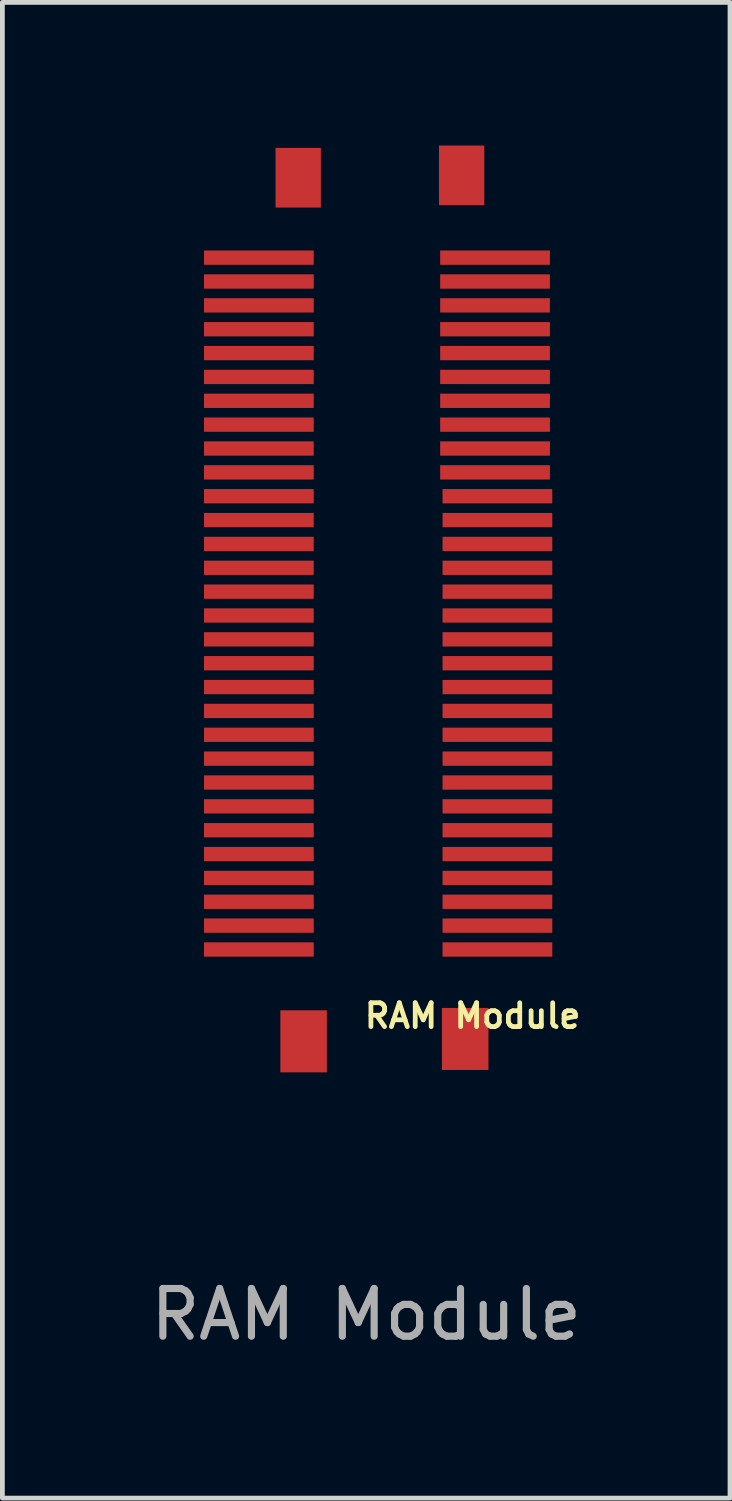
<source format=kicad_pcb>
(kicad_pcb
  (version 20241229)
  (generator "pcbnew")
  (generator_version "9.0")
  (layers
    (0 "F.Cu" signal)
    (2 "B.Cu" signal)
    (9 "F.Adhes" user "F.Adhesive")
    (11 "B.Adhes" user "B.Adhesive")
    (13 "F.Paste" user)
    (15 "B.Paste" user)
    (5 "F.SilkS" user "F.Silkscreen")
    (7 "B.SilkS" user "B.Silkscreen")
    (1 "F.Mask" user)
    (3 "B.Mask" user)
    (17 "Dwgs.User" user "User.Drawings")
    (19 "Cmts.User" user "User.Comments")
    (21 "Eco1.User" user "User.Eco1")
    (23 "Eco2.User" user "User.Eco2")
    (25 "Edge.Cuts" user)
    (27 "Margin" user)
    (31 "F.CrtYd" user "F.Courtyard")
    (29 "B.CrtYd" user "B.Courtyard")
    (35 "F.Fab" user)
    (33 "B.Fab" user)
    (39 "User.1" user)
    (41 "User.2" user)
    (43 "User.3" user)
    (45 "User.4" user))
  (footprint "RAM Module"
    (layer "F.Cu")
    (at 4.825 9.75)
    (property "Reference" "RAM Module" (at 2.03 8.49 0) (unlocked yes) (layer "F.SilkS") (effects (font (size 0.5 0.5) (thickness 0.1))))
    (attr smd)
    (fp_text user "${REFERENCE}" (at -0.2 14.75 0) (unlocked yes) (layer "F.Fab") (effects (font (size 1 1) (thickness 0.15))))
    (pad "1" smd rect (at 2.5 -7.4) (size 2.3 0.3) (layers "F.Cu" "F.Mask" "F.Paste"))
    (pad "2" smd rect (at 2.5 -6.9) (size 2.3 0.3) (layers "F.Cu" "F.Mask" "F.Paste"))
    (pad "3" smd rect (at 2.5 -6.4) (size 2.3 0.3) (layers "F.Cu" "F.Mask" "F.Paste"))
    (pad "4" smd rect (at 2.5 -5.9) (size 2.3 0.3) (layers "F.Cu" "F.Mask" "F.Paste"))
    (pad "5" smd rect (at 2.5 -5.4) (size 2.3 0.3) (layers "F.Cu" "F.Mask" "F.Paste"))
    (pad "6" smd rect (at 2.5 -4.9) (size 2.3 0.3) (layers "F.Cu" "F.Mask" "F.Paste"))
    (pad "7" smd rect (at 2.5 -4.4) (size 2.3 0.3) (layers "F.Cu" "F.Mask" "F.Paste"))
    (pad "8" smd rect (at 2.5 -3.9) (size 2.3 0.3) (layers "F.Cu" "F.Mask" "F.Paste"))
    (pad "9" smd rect (at 2.5 -3.4) (size 2.3 0.3) (layers "F.Cu" "F.Mask" "F.Paste"))
    (pad "10" smd rect (at 2.5 -2.9) (size 2.3 0.3) (layers "F.Cu" "F.Mask" "F.Paste"))
    (pad "11" smd rect (at 2.55 -2.4) (size 2.3 0.3) (layers "F.Cu" "F.Mask" "F.Paste"))
    (pad "12" smd rect (at 2.55 -1.9) (size 2.3 0.3) (layers "F.Cu" "F.Mask" "F.Paste"))
    (pad "13" smd rect (at 2.55 -1.4) (size 2.3 0.3) (layers "F.Cu" "F.Mask" "F.Paste"))
    (pad "14" smd rect (at 2.55 -0.9) (size 2.3 0.3) (layers "F.Cu" "F.Mask" "F.Paste"))
    (pad "15" smd rect (at 2.55 -0.4) (size 2.3 0.3) (layers "F.Cu" "F.Mask" "F.Paste"))
    (pad "16" smd rect (at 2.55 0.1) (size 2.3 0.3) (layers "F.Cu" "F.Mask" "F.Paste"))
    (pad "17" smd rect (at 2.55 0.6) (size 2.3 0.3) (layers "F.Cu" "F.Mask" "F.Paste"))
    (pad "18" smd rect (at 2.55 1.1) (size 2.3 0.3) (layers "F.Cu" "F.Mask" "F.Paste"))
    (pad "19" smd rect (at 2.55 1.6) (size 2.3 0.3) (layers "F.Cu" "F.Mask" "F.Paste"))
    (pad "20" smd rect (at 2.55 2.1) (size 2.3 0.3) (layers "F.Cu" "F.Mask" "F.Paste"))
    (pad "21" smd rect (at 2.55 2.6) (size 2.3 0.3) (layers "F.Cu" "F.Mask" "F.Paste"))
    (pad "22" smd rect (at 2.55 3.1) (size 2.3 0.3) (layers "F.Cu" "F.Mask" "F.Paste"))
    (pad "23" smd rect (at 2.55 3.6) (size 2.3 0.3) (layers "F.Cu" "F.Mask" "F.Paste"))
    (pad "24" smd rect (at 2.55 4.1) (size 2.3 0.3) (layers "F.Cu" "F.Mask" "F.Paste"))
    (pad "25" smd rect (at 2.55 4.6) (size 2.3 0.3) (layers "F.Cu" "F.Mask" "F.Paste"))
    (pad "26" smd rect (at 2.55 5.1) (size 2.3 0.3) (layers "F.Cu" "F.Mask" "F.Paste"))
    (pad "27" smd rect (at 2.55 5.6) (size 2.3 0.3) (layers "F.Cu" "F.Mask" "F.Paste"))
    (pad "28" smd rect (at 2.55 6.1) (size 2.3 0.3) (layers "F.Cu" "F.Mask" "F.Paste"))
    (pad "29" smd rect (at 2.55 6.6) (size 2.3 0.3) (layers "F.Cu" "F.Mask" "F.Paste"))
    (pad "30" smd rect (at 2.55 7.1) (size 2.3 0.3) (layers "F.Cu" "F.Mask" "F.Paste"))
    (pad "31" smd rect (at -2.45 7.1) (size 2.3 0.3) (layers "F.Cu" "F.Mask" "F.Paste"))
    (pad "32" smd rect (at -2.45 6.6) (size 2.3 0.3) (layers "F.Cu" "F.Mask" "F.Paste"))
    (pad "33" smd rect (at -2.45 6.1) (size 2.3 0.3) (layers "F.Cu" "F.Mask" "F.Paste"))
    (pad "34" smd rect (at -2.45 5.6) (size 2.3 0.3) (layers "F.Cu" "F.Mask" "F.Paste"))
    (pad "35" smd rect (at -2.45 5.1) (size 2.3 0.3) (layers "F.Cu" "F.Mask" "F.Paste"))
    (pad "36" smd rect (at -2.45 4.6) (size 2.3 0.3) (layers "F.Cu" "F.Mask" "F.Paste"))
    (pad "37" smd rect (at -2.45 4.1) (size 2.3 0.3) (layers "F.Cu" "F.Mask" "F.Paste"))
    (pad "38" smd rect (at -2.45 3.6) (size 2.3 0.3) (layers "F.Cu" "F.Mask" "F.Paste"))
    (pad "39" smd rect (at -2.45 3.1) (size 2.3 0.3) (layers "F.Cu" "F.Mask" "F.Paste"))
    (pad "40" smd rect (at -2.45 2.6) (size 2.3 0.3) (layers "F.Cu" "F.Mask" "F.Paste"))
    (pad "41" smd rect (at -2.45 2.1) (size 2.3 0.3) (layers "F.Cu" "F.Mask" "F.Paste"))
    (pad "42" smd rect (at -2.45 1.6) (size 2.3 0.3) (layers "F.Cu" "F.Mask" "F.Paste"))
    (pad "43" smd rect (at -2.45 1.1) (size 2.3 0.3) (layers "F.Cu" "F.Mask" "F.Paste"))
    (pad "44" smd rect (at -2.45 0.6) (size 2.3 0.3) (layers "F.Cu" "F.Mask" "F.Paste"))
    (pad "45" smd rect (at -2.45 0.1) (size 2.3 0.3) (layers "F.Cu" "F.Mask" "F.Paste"))
    (pad "46" smd rect (at -2.45 -0.4) (size 2.3 0.3) (layers "F.Cu" "F.Mask" "F.Paste"))
    (pad "47" smd rect (at -2.45 -0.9) (size 2.3 0.3) (layers "F.Cu" "F.Mask" "F.Paste"))
    (pad "48" smd rect (at -2.45 -1.4) (size 2.3 0.3) (layers "F.Cu" "F.Mask" "F.Paste"))
    (pad "49" smd rect (at -2.45 -1.9) (size 2.3 0.3) (layers "F.Cu" "F.Mask" "F.Paste"))
    (pad "50" smd rect (at -2.45 -2.4) (size 2.3 0.3) (layers "F.Cu" "F.Mask" "F.Paste"))
    (pad "51" smd rect (at -2.45 -2.9) (size 2.3 0.3) (layers "F.Cu" "F.Mask" "F.Paste"))
    (pad "52" smd rect (at -2.45 -3.4) (size 2.3 0.3) (layers "F.Cu" "F.Mask" "F.Paste"))
    (pad "53" smd rect (at -2.45 -3.9) (size 2.3 0.3) (layers "F.Cu" "F.Mask" "F.Paste"))
    (pad "54" smd rect (at -2.45 -4.4) (size 2.3 0.3) (layers "F.Cu" "F.Mask" "F.Paste"))
    (pad "55" smd rect (at -2.45 -4.9) (size 2.3 0.3) (layers "F.Cu" "F.Mask" "F.Paste"))
    (pad "56" smd rect (at -2.45 -5.4) (size 2.3 0.3) (layers "F.Cu" "F.Mask" "F.Paste"))
    (pad "57" smd rect (at -2.45 -5.9) (size 2.3 0.3) (layers "F.Cu" "F.Mask" "F.Paste"))
    (pad "58" smd rect (at -2.45 -6.4) (size 2.3 0.3) (layers "F.Cu" "F.Mask" "F.Paste"))
    (pad "59" smd rect (at -2.45 -6.9) (size 2.3 0.3) (layers "F.Cu" "F.Mask" "F.Paste"))
    (pad "60" smd rect (at -2.45 -7.4) (size 2.3 0.3) (layers "F.Cu" "F.Mask" "F.Paste"))
    (pad "61" smd rect (at -1.625 -9.075) (size 0.95 1.25) (layers "F.Cu" "F.Mask" "F.Paste"))
    (pad "62" smd rect (at -1.512 9.025) (size 0.975 1.3) (layers "F.Cu" "F.Mask" "F.Paste"))
    (pad "63" smd rect (at 1.875 8.975) (size 0.975 1.3) (layers "F.Cu" "F.Mask" "F.Paste"))
    (pad "64" smd rect (at 1.8 -9.125) (size 0.95 1.25) (layers "F.Cu" "F.Mask" "F.Paste")))
  (gr_rect
    (start -3 -3)
    (end 12.25 28.348)
    (stroke (width 0.1) (type default))
    (fill no)
    (layer "Edge.Cuts")))
</source>
